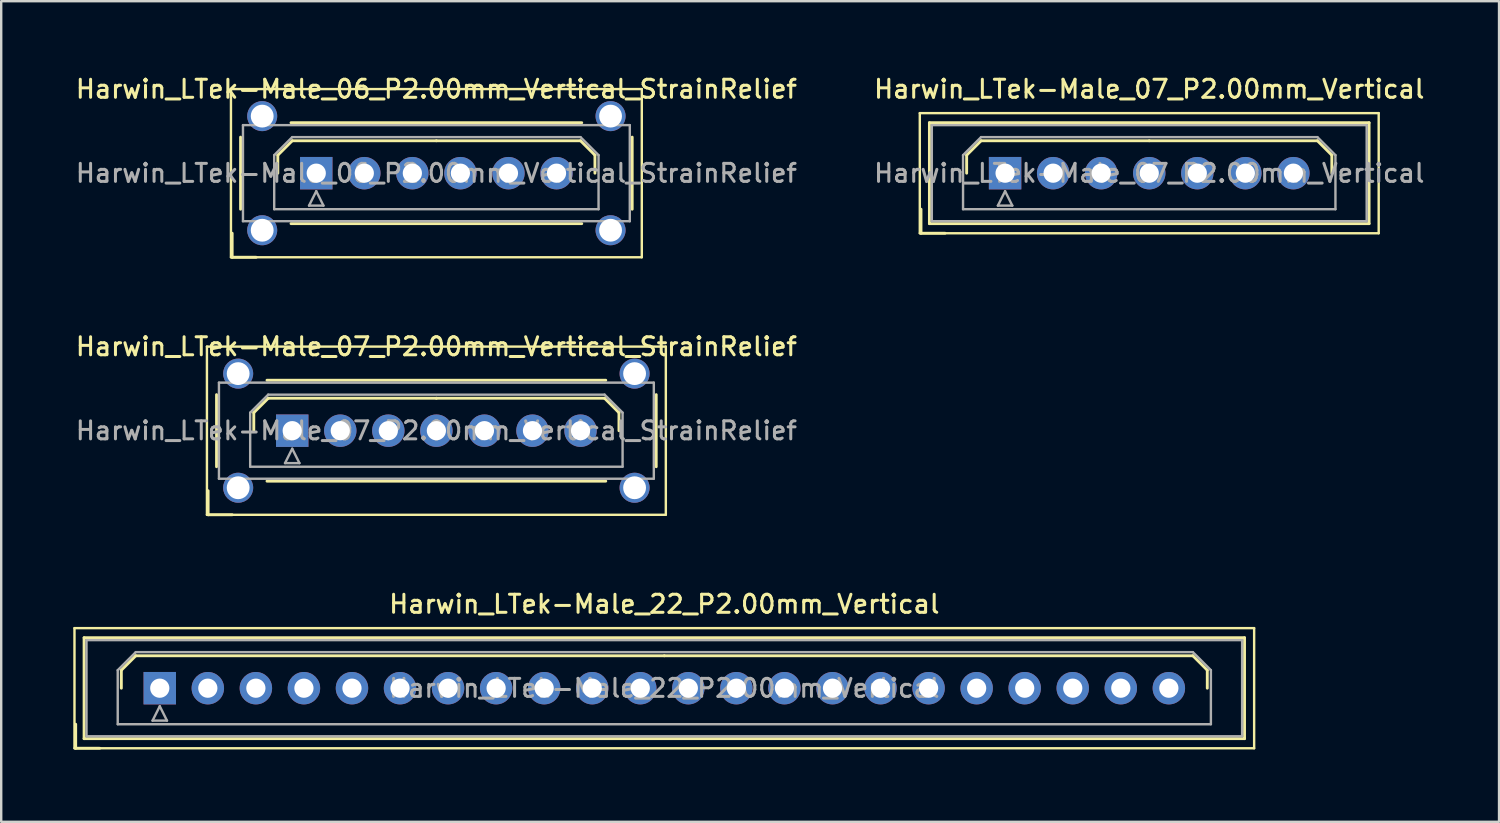
<source format=kicad_pcb>
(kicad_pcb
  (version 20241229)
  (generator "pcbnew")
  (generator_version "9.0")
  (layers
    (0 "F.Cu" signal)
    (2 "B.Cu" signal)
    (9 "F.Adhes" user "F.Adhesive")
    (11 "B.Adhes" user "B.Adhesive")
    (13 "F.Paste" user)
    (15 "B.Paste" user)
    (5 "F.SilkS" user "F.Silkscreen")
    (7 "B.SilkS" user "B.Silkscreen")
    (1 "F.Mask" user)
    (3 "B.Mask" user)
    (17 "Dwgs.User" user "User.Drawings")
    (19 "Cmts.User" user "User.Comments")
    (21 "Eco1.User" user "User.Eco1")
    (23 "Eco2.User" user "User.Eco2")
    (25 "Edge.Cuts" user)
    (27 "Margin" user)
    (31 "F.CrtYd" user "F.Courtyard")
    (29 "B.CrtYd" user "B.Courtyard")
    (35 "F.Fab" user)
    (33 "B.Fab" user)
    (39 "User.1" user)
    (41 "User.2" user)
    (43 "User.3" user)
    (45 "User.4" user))
  (footprint "Harwin_LTek-Male_06_P2.00mm_Vertical_StrainRelief"
    (layer "F.Cu")
    (at 10.113 4.158)
    (property "Reference" "Harwin_LTek-Male_06_P2.00mm_Vertical_StrainRelief" (at 5 -3.5 0) (layer "F.SilkS") (effects (font (size 0.75 0.75) (thickness 0.125))))
    (attr through_hole)
    (fp_line (start -3.55 -3.5) (end -3.55 3.5) (stroke (width 0.1) (type solid)) (layer "F.SilkS"))
    (fp_line (start -3.55 3.5) (end 13.55 3.5) (stroke (width 0.1) (type solid)) (layer "F.SilkS"))
    (fp_line (start -3.5 2.5) (end -3.5 3.5) (stroke (width 0.12) (type solid)) (layer "F.SilkS"))
    (fp_line (start -3.5 3.5) (end -2.5 3.5) (stroke (width 0.12) (type solid)) (layer "F.SilkS"))
    (fp_line (start -3.15 -1.5) (end -3.15 1.5) (stroke (width 0.12) (type solid)) (layer "F.SilkS"))
    (fp_line (start -1.6 -0.75) (end -1 -1.35) (stroke (width 0.12) (type solid)) (layer "F.SilkS"))
    (fp_line (start -1.6 0) (end -1.6 -0.75) (stroke (width 0.12) (type solid)) (layer "F.SilkS"))
    (fp_line (start -1.05 -2.1) (end 11.05 -2.1) (stroke (width 0.12) (type solid)) (layer "F.SilkS"))
    (fp_line (start -1.05 2.1) (end 11.05 2.1) (stroke (width 0.12) (type solid)) (layer "F.SilkS"))
    (fp_line (start -1 -1.35) (end 5 -1.35) (stroke (width 0.12) (type solid)) (layer "F.SilkS"))
    (fp_line (start 11 -1.35) (end 5 -1.35) (stroke (width 0.12) (type solid)) (layer "F.SilkS"))
    (fp_line (start 11.6 -0.75) (end 11 -1.35) (stroke (width 0.12) (type solid)) (layer "F.SilkS"))
    (fp_line (start 11.6 0) (end 11.6 -0.75) (stroke (width 0.12) (type solid)) (layer "F.SilkS"))
    (fp_line (start 13.15 -1.5) (end 13.15 1.5) (stroke (width 0.12) (type solid)) (layer "F.SilkS"))
    (fp_line (start 13.55 -3.5) (end -3.55 -3.5) (stroke (width 0.1) (type solid)) (layer "F.SilkS"))
    (fp_line (start 13.55 3.5) (end 13.55 -3.5) (stroke (width 0.1) (type solid)) (layer "F.SilkS"))
    (fp_line (start -3.05 -2) (end -3.05 2) (stroke (width 0.1) (type solid)) (layer "F.Fab"))
    (fp_line (start -3.05 2) (end 13.05 2) (stroke (width 0.1) (type solid)) (layer "F.Fab"))
    (fp_line (start -1.75 -0.75) (end -1 -1.5) (stroke (width 0.1) (type solid)) (layer "F.Fab"))
    (fp_line (start -1.75 1.5) (end -1.75 -0.75) (stroke (width 0.1) (type solid)) (layer "F.Fab"))
    (fp_line (start -1 -1.5) (end 11 -1.5) (stroke (width 0.1) (type solid)) (layer "F.Fab"))
    (fp_line (start -0.3 1.35) (end 0.3 1.35) (stroke (width 0.1) (type solid)) (layer "F.Fab"))
    (fp_line (start 0 0.75) (end -0.3 1.35) (stroke (width 0.1) (type solid)) (layer "F.Fab"))
    (fp_line (start 0.3 1.35) (end 0 0.75) (stroke (width 0.1) (type solid)) (layer "F.Fab"))
    (fp_line (start 11 -1.5) (end 11.75 -0.75) (stroke (width 0.1) (type solid)) (layer "F.Fab"))
    (fp_line (start 11.75 -0.75) (end 11.75 1.5) (stroke (width 0.1) (type solid)) (layer "F.Fab"))
    (fp_line (start 11.75 1.5) (end -1.75 1.5) (stroke (width 0.1) (type solid)) (layer "F.Fab"))
    (fp_line (start 13.05 -2) (end -3.05 -2) (stroke (width 0.1) (type solid)) (layer "F.Fab"))
    (fp_line (start 13.05 2) (end 13.05 -2) (stroke (width 0.1) (type solid)) (layer "F.Fab"))
    (fp_text user "${REFERENCE}" (at 5 0 0) (layer "F.Fab") (effects (font (size 0.75 0.75) (thickness 0.125))))
    (pad "" thru_hole circle (at -2.25 -2.375) (size 1.25 1.25) (drill 0.95) (layers "*.Cu" "*.Mask"))
    (pad "" thru_hole circle (at -2.25 2.375) (size 1.25 1.25) (drill 0.95) (layers "*.Cu" "*.Mask"))
    (pad "" thru_hole circle (at 12.25 -2.375) (size 1.25 1.25) (drill 0.95) (layers "*.Cu" "*.Mask"))
    (pad "" thru_hole circle (at 12.25 2.375) (size 1.25 1.25) (drill 0.95) (layers "*.Cu" "*.Mask"))
    (pad "1" thru_hole rect (at 0 0) (size 1.35 1.35) (drill 0.8) (layers "*.Cu" "*.Mask"))
    (pad "2" thru_hole circle (at 2 0) (size 1.35 1.35) (drill 0.8) (layers "*.Cu" "*.Mask"))
    (pad "3" thru_hole circle (at 4 0) (size 1.35 1.35) (drill 0.8) (layers "*.Cu" "*.Mask"))
    (pad "4" thru_hole circle (at 6 0) (size 1.35 1.35) (drill 0.8) (layers "*.Cu" "*.Mask"))
    (pad "5" thru_hole circle (at 8 0) (size 1.35 1.35) (drill 0.8) (layers "*.Cu" "*.Mask"))
    (pad "6" thru_hole circle (at 10 0) (size 1.35 1.35) (drill 0.8) (layers "*.Cu" "*.Mask")))
  (footprint "Harwin_LTek-Male_07_P2.00mm_Vertical_StrainRelief"
    (layer "F.Cu")
    (at 9.113 14.876)
    (property "Reference" "Harwin_LTek-Male_07_P2.00mm_Vertical_StrainRelief" (at 6 -3.5 0) (layer "F.SilkS") (effects (font (size 0.75 0.75) (thickness 0.125))))
    (attr through_hole)
    (fp_line (start -3.55 -3.5) (end -3.55 3.5) (stroke (width 0.1) (type solid)) (layer "F.SilkS"))
    (fp_line (start -3.55 3.5) (end 15.55 3.5) (stroke (width 0.1) (type solid)) (layer "F.SilkS"))
    (fp_line (start -3.5 2.5) (end -3.5 3.5) (stroke (width 0.12) (type solid)) (layer "F.SilkS"))
    (fp_line (start -3.5 3.5) (end -2.5 3.5) (stroke (width 0.12) (type solid)) (layer "F.SilkS"))
    (fp_line (start -3.15 -1.5) (end -3.15 1.5) (stroke (width 0.12) (type solid)) (layer "F.SilkS"))
    (fp_line (start -1.6 -0.75) (end -1 -1.35) (stroke (width 0.12) (type solid)) (layer "F.SilkS"))
    (fp_line (start -1.6 0) (end -1.6 -0.75) (stroke (width 0.12) (type solid)) (layer "F.SilkS"))
    (fp_line (start -1.05 -2.1) (end 13.05 -2.1) (stroke (width 0.12) (type solid)) (layer "F.SilkS"))
    (fp_line (start -1.05 2.1) (end 13.05 2.1) (stroke (width 0.12) (type solid)) (layer "F.SilkS"))
    (fp_line (start -1 -1.35) (end 6 -1.35) (stroke (width 0.12) (type solid)) (layer "F.SilkS"))
    (fp_line (start 13 -1.35) (end 6 -1.35) (stroke (width 0.12) (type solid)) (layer "F.SilkS"))
    (fp_line (start 13.6 -0.75) (end 13 -1.35) (stroke (width 0.12) (type solid)) (layer "F.SilkS"))
    (fp_line (start 13.6 0) (end 13.6 -0.75) (stroke (width 0.12) (type solid)) (layer "F.SilkS"))
    (fp_line (start 15.15 -1.5) (end 15.15 1.5) (stroke (width 0.12) (type solid)) (layer "F.SilkS"))
    (fp_line (start 15.55 -3.5) (end -3.55 -3.5) (stroke (width 0.1) (type solid)) (layer "F.SilkS"))
    (fp_line (start 15.55 3.5) (end 15.55 -3.5) (stroke (width 0.1) (type solid)) (layer "F.SilkS"))
    (fp_line (start -3.05 -2) (end -3.05 2) (stroke (width 0.1) (type solid)) (layer "F.Fab"))
    (fp_line (start -3.05 2) (end 15.05 2) (stroke (width 0.1) (type solid)) (layer "F.Fab"))
    (fp_line (start -1.75 -0.75) (end -1 -1.5) (stroke (width 0.1) (type solid)) (layer "F.Fab"))
    (fp_line (start -1.75 1.5) (end -1.75 -0.75) (stroke (width 0.1) (type solid)) (layer "F.Fab"))
    (fp_line (start -1 -1.5) (end 13 -1.5) (stroke (width 0.1) (type solid)) (layer "F.Fab"))
    (fp_line (start -0.3 1.35) (end 0.3 1.35) (stroke (width 0.1) (type solid)) (layer "F.Fab"))
    (fp_line (start 0 0.75) (end -0.3 1.35) (stroke (width 0.1) (type solid)) (layer "F.Fab"))
    (fp_line (start 0.3 1.35) (end 0 0.75) (stroke (width 0.1) (type solid)) (layer "F.Fab"))
    (fp_line (start 13 -1.5) (end 13.75 -0.75) (stroke (width 0.1) (type solid)) (layer "F.Fab"))
    (fp_line (start 13.75 -0.75) (end 13.75 1.5) (stroke (width 0.1) (type solid)) (layer "F.Fab"))
    (fp_line (start 13.75 1.5) (end -1.75 1.5) (stroke (width 0.1) (type solid)) (layer "F.Fab"))
    (fp_line (start 15.05 -2) (end -3.05 -2) (stroke (width 0.1) (type solid)) (layer "F.Fab"))
    (fp_line (start 15.05 2) (end 15.05 -2) (stroke (width 0.1) (type solid)) (layer "F.Fab"))
    (fp_text user "${REFERENCE}" (at 6 0 0) (layer "F.Fab") (effects (font (size 0.75 0.75) (thickness 0.125))))
    (pad "" thru_hole circle (at -2.25 -2.375) (size 1.25 1.25) (drill 0.95) (layers "*.Cu" "*.Mask"))
    (pad "" thru_hole circle (at -2.25 2.375) (size 1.25 1.25) (drill 0.95) (layers "*.Cu" "*.Mask"))
    (pad "" thru_hole circle (at 14.25 -2.375) (size 1.25 1.25) (drill 0.95) (layers "*.Cu" "*.Mask"))
    (pad "" thru_hole circle (at 14.25 2.375) (size 1.25 1.25) (drill 0.95) (layers "*.Cu" "*.Mask"))
    (pad "1" thru_hole rect (at 0 0) (size 1.35 1.35) (drill 0.8) (layers "*.Cu" "*.Mask"))
    (pad "2" thru_hole circle (at 2 0) (size 1.35 1.35) (drill 0.8) (layers "*.Cu" "*.Mask"))
    (pad "3" thru_hole circle (at 4 0) (size 1.35 1.35) (drill 0.8) (layers "*.Cu" "*.Mask"))
    (pad "4" thru_hole circle (at 6 0) (size 1.35 1.35) (drill 0.8) (layers "*.Cu" "*.Mask"))
    (pad "5" thru_hole circle (at 8 0) (size 1.35 1.35) (drill 0.8) (layers "*.Cu" "*.Mask"))
    (pad "6" thru_hole circle (at 10 0) (size 1.35 1.35) (drill 0.8) (layers "*.Cu" "*.Mask"))
    (pad "7" thru_hole circle (at 12 0) (size 1.35 1.35) (drill 0.8) (layers "*.Cu" "*.Mask")))
  (footprint "Harwin_LTek-Male_07_P2.00mm_Vertical"
    (layer "F.Cu")
    (at 38.784 4.158)
    (property "Reference" "Harwin_LTek-Male_07_P2.00mm_Vertical" (at 6 -3.5 0) (layer "F.SilkS") (effects (font (size 0.75 0.75) (thickness 0.125))))
    (attr through_hole)
    (fp_line (start -3.55 -2.5) (end -3.55 2.5) (stroke (width 0.1) (type solid)) (layer "F.SilkS"))
    (fp_line (start -3.55 2.5) (end 15.55 2.5) (stroke (width 0.1) (type solid)) (layer "F.SilkS"))
    (fp_line (start -3.5 1.5) (end -3.5 2.5) (stroke (width 0.12) (type solid)) (layer "F.SilkS"))
    (fp_line (start -3.5 2.5) (end -2.5 2.5) (stroke (width 0.12) (type solid)) (layer "F.SilkS"))
    (fp_line (start -3.15 -2.1) (end -3.15 2.1) (stroke (width 0.12) (type solid)) (layer "F.SilkS"))
    (fp_line (start -3.15 2.1) (end 15.15 2.1) (stroke (width 0.12) (type solid)) (layer "F.SilkS"))
    (fp_line (start -1.6 -0.75) (end -1 -1.35) (stroke (width 0.12) (type solid)) (layer "F.SilkS"))
    (fp_line (start -1.6 0) (end -1.6 -0.75) (stroke (width 0.12) (type solid)) (layer "F.SilkS"))
    (fp_line (start -1 -1.35) (end 6 -1.35) (stroke (width 0.12) (type solid)) (layer "F.SilkS"))
    (fp_line (start 13 -1.35) (end 6 -1.35) (stroke (width 0.12) (type solid)) (layer "F.SilkS"))
    (fp_line (start 13.6 -0.75) (end 13 -1.35) (stroke (width 0.12) (type solid)) (layer "F.SilkS"))
    (fp_line (start 13.6 0) (end 13.6 -0.75) (stroke (width 0.12) (type solid)) (layer "F.SilkS"))
    (fp_line (start 15.15 -2.1) (end -3.15 -2.1) (stroke (width 0.12) (type solid)) (layer "F.SilkS"))
    (fp_line (start 15.15 2.1) (end 15.15 -2.1) (stroke (width 0.12) (type solid)) (layer "F.SilkS"))
    (fp_line (start 15.55 -2.5) (end -3.55 -2.5) (stroke (width 0.1) (type solid)) (layer "F.SilkS"))
    (fp_line (start 15.55 2.5) (end 15.55 -2.5) (stroke (width 0.1) (type solid)) (layer "F.SilkS"))
    (fp_line (start -3.05 -2) (end -3.05 2) (stroke (width 0.1) (type solid)) (layer "F.Fab"))
    (fp_line (start -3.05 2) (end 15.05 2) (stroke (width 0.1) (type solid)) (layer "F.Fab"))
    (fp_line (start -1.75 -0.75) (end -1 -1.5) (stroke (width 0.1) (type solid)) (layer "F.Fab"))
    (fp_line (start -1.75 1.5) (end -1.75 -0.75) (stroke (width 0.1) (type solid)) (layer "F.Fab"))
    (fp_line (start -1 -1.5) (end 13 -1.5) (stroke (width 0.1) (type solid)) (layer "F.Fab"))
    (fp_line (start -0.3 1.35) (end 0.3 1.35) (stroke (width 0.1) (type solid)) (layer "F.Fab"))
    (fp_line (start 0 0.75) (end -0.3 1.35) (stroke (width 0.1) (type solid)) (layer "F.Fab"))
    (fp_line (start 0.3 1.35) (end 0 0.75) (stroke (width 0.1) (type solid)) (layer "F.Fab"))
    (fp_line (start 13 -1.5) (end 13.75 -0.75) (stroke (width 0.1) (type solid)) (layer "F.Fab"))
    (fp_line (start 13.75 -0.75) (end 13.75 1.5) (stroke (width 0.1) (type solid)) (layer "F.Fab"))
    (fp_line (start 13.75 1.5) (end -1.75 1.5) (stroke (width 0.1) (type solid)) (layer "F.Fab"))
    (fp_line (start 15.05 -2) (end -3.05 -2) (stroke (width 0.1) (type solid)) (layer "F.Fab"))
    (fp_line (start 15.05 2) (end 15.05 -2) (stroke (width 0.1) (type solid)) (layer "F.Fab"))
    (fp_text user "${REFERENCE}" (at 6 0 0) (layer "F.Fab") (effects (font (size 0.75 0.75) (thickness 0.125))))
    (pad "1" thru_hole rect (at 0 0) (size 1.35 1.35) (drill 0.8) (layers "*.Cu" "*.Mask"))
    (pad "2" thru_hole circle (at 2 0) (size 1.35 1.35) (drill 0.8) (layers "*.Cu" "*.Mask"))
    (pad "3" thru_hole circle (at 4 0) (size 1.35 1.35) (drill 0.8) (layers "*.Cu" "*.Mask"))
    (pad "4" thru_hole circle (at 6 0) (size 1.35 1.35) (drill 0.8) (layers "*.Cu" "*.Mask"))
    (pad "5" thru_hole circle (at 8 0) (size 1.35 1.35) (drill 0.8) (layers "*.Cu" "*.Mask"))
    (pad "6" thru_hole circle (at 10 0) (size 1.35 1.35) (drill 0.8) (layers "*.Cu" "*.Mask"))
    (pad "7" thru_hole circle (at 12 0) (size 1.35 1.35) (drill 0.8) (layers "*.Cu" "*.Mask")))
  (footprint "Harwin_LTek-Male_22_P2.00mm_Vertical"
    (layer "F.Cu")
    (at 3.6 25.594)
    (property "Reference" "Harwin_LTek-Male_22_P2.00mm_Vertical" (at 21 -3.5 0) (layer "F.SilkS") (effects (font (size 0.75 0.75) (thickness 0.125))))
    (attr through_hole)
    (fp_line (start -3.55 -2.5) (end -3.55 2.5) (stroke (width 0.1) (type solid)) (layer "F.SilkS"))
    (fp_line (start -3.55 2.5) (end 45.55 2.5) (stroke (width 0.1) (type solid)) (layer "F.SilkS"))
    (fp_line (start -3.5 1.5) (end -3.5 2.5) (stroke (width 0.12) (type solid)) (layer "F.SilkS"))
    (fp_line (start -3.5 2.5) (end -2.5 2.5) (stroke (width 0.12) (type solid)) (layer "F.SilkS"))
    (fp_line (start -3.15 -2.1) (end -3.15 2.1) (stroke (width 0.12) (type solid)) (layer "F.SilkS"))
    (fp_line (start -3.15 2.1) (end 45.15 2.1) (stroke (width 0.12) (type solid)) (layer "F.SilkS"))
    (fp_line (start -1.6 -0.75) (end -1 -1.35) (stroke (width 0.12) (type solid)) (layer "F.SilkS"))
    (fp_line (start -1.6 0) (end -1.6 -0.75) (stroke (width 0.12) (type solid)) (layer "F.SilkS"))
    (fp_line (start -1 -1.35) (end 21 -1.35) (stroke (width 0.12) (type solid)) (layer "F.SilkS"))
    (fp_line (start 43 -1.35) (end 21 -1.35) (stroke (width 0.12) (type solid)) (layer "F.SilkS"))
    (fp_line (start 43.6 -0.75) (end 43 -1.35) (stroke (width 0.12) (type solid)) (layer "F.SilkS"))
    (fp_line (start 43.6 0) (end 43.6 -0.75) (stroke (width 0.12) (type solid)) (layer "F.SilkS"))
    (fp_line (start 45.15 -2.1) (end -3.15 -2.1) (stroke (width 0.12) (type solid)) (layer "F.SilkS"))
    (fp_line (start 45.15 2.1) (end 45.15 -2.1) (stroke (width 0.12) (type solid)) (layer "F.SilkS"))
    (fp_line (start 45.55 -2.5) (end -3.55 -2.5) (stroke (width 0.1) (type solid)) (layer "F.SilkS"))
    (fp_line (start 45.55 2.5) (end 45.55 -2.5) (stroke (width 0.1) (type solid)) (layer "F.SilkS"))
    (fp_line (start -3.05 -2) (end -3.05 2) (stroke (width 0.1) (type solid)) (layer "F.Fab"))
    (fp_line (start -3.05 2) (end 45.05 2) (stroke (width 0.1) (type solid)) (layer "F.Fab"))
    (fp_line (start -1.75 -0.75) (end -1 -1.5) (stroke (width 0.1) (type solid)) (layer "F.Fab"))
    (fp_line (start -1.75 1.5) (end -1.75 -0.75) (stroke (width 0.1) (type solid)) (layer "F.Fab"))
    (fp_line (start -1 -1.5) (end 43 -1.5) (stroke (width 0.1) (type solid)) (layer "F.Fab"))
    (fp_line (start -0.3 1.35) (end 0.3 1.35) (stroke (width 0.1) (type solid)) (layer "F.Fab"))
    (fp_line (start 0 0.75) (end -0.3 1.35) (stroke (width 0.1) (type solid)) (layer "F.Fab"))
    (fp_line (start 0.3 1.35) (end 0 0.75) (stroke (width 0.1) (type solid)) (layer "F.Fab"))
    (fp_line (start 43 -1.5) (end 43.75 -0.75) (stroke (width 0.1) (type solid)) (layer "F.Fab"))
    (fp_line (start 43.75 -0.75) (end 43.75 1.5) (stroke (width 0.1) (type solid)) (layer "F.Fab"))
    (fp_line (start 43.75 1.5) (end -1.75 1.5) (stroke (width 0.1) (type solid)) (layer "F.Fab"))
    (fp_line (start 45.05 -2) (end -3.05 -2) (stroke (width 0.1) (type solid)) (layer "F.Fab"))
    (fp_line (start 45.05 2) (end 45.05 -2) (stroke (width 0.1) (type solid)) (layer "F.Fab"))
    (fp_text user "${REFERENCE}" (at 21 0 0) (layer "F.Fab") (effects (font (size 0.75 0.75) (thickness 0.125))))
    (pad "1" thru_hole rect (at 0 0) (size 1.35 1.35) (drill 0.8) (layers "*.Cu" "*.Mask"))
    (pad "2" thru_hole circle (at 2 0) (size 1.35 1.35) (drill 0.8) (layers "*.Cu" "*.Mask"))
    (pad "3" thru_hole circle (at 4 0) (size 1.35 1.35) (drill 0.8) (layers "*.Cu" "*.Mask"))
    (pad "4" thru_hole circle (at 6 0) (size 1.35 1.35) (drill 0.8) (layers "*.Cu" "*.Mask"))
    (pad "5" thru_hole circle (at 8 0) (size 1.35 1.35) (drill 0.8) (layers "*.Cu" "*.Mask"))
    (pad "6" thru_hole circle (at 10 0) (size 1.35 1.35) (drill 0.8) (layers "*.Cu" "*.Mask"))
    (pad "7" thru_hole circle (at 12 0) (size 1.35 1.35) (drill 0.8) (layers "*.Cu" "*.Mask"))
    (pad "8" thru_hole circle (at 14 0) (size 1.35 1.35) (drill 0.8) (layers "*.Cu" "*.Mask"))
    (pad "9" thru_hole circle (at 16 0) (size 1.35 1.35) (drill 0.8) (layers "*.Cu" "*.Mask"))
    (pad "10" thru_hole circle (at 18 0) (size 1.35 1.35) (drill 0.8) (layers "*.Cu" "*.Mask"))
    (pad "11" thru_hole circle (at 20 0) (size 1.35 1.35) (drill 0.8) (layers "*.Cu" "*.Mask"))
    (pad "12" thru_hole circle (at 22 0) (size 1.35 1.35) (drill 0.8) (layers "*.Cu" "*.Mask"))
    (pad "13" thru_hole circle (at 24 0) (size 1.35 1.35) (drill 0.8) (layers "*.Cu" "*.Mask"))
    (pad "14" thru_hole circle (at 26 0) (size 1.35 1.35) (drill 0.8) (layers "*.Cu" "*.Mask"))
    (pad "15" thru_hole circle (at 28 0) (size 1.35 1.35) (drill 0.8) (layers "*.Cu" "*.Mask"))
    (pad "16" thru_hole circle (at 30 0) (size 1.35 1.35) (drill 0.8) (layers "*.Cu" "*.Mask"))
    (pad "17" thru_hole circle (at 32 0) (size 1.35 1.35) (drill 0.8) (layers "*.Cu" "*.Mask"))
    (pad "18" thru_hole circle (at 34 0) (size 1.35 1.35) (drill 0.8) (layers "*.Cu" "*.Mask"))
    (pad "19" thru_hole circle (at 36 0) (size 1.35 1.35) (drill 0.8) (layers "*.Cu" "*.Mask"))
    (pad "20" thru_hole circle (at 38 0) (size 1.35 1.35) (drill 0.8) (layers "*.Cu" "*.Mask"))
    (pad "21" thru_hole circle (at 40 0) (size 1.35 1.35) (drill 0.8) (layers "*.Cu" "*.Mask"))
    (pad "22" thru_hole circle (at 42 0) (size 1.35 1.35) (drill 0.8) (layers "*.Cu" "*.Mask")))
  (gr_rect
    (start -3 -3)
    (end 59.343 31.154)
    (stroke (width 0.1) (type default))
    (fill no)
    (layer "Edge.Cuts")))
</source>
